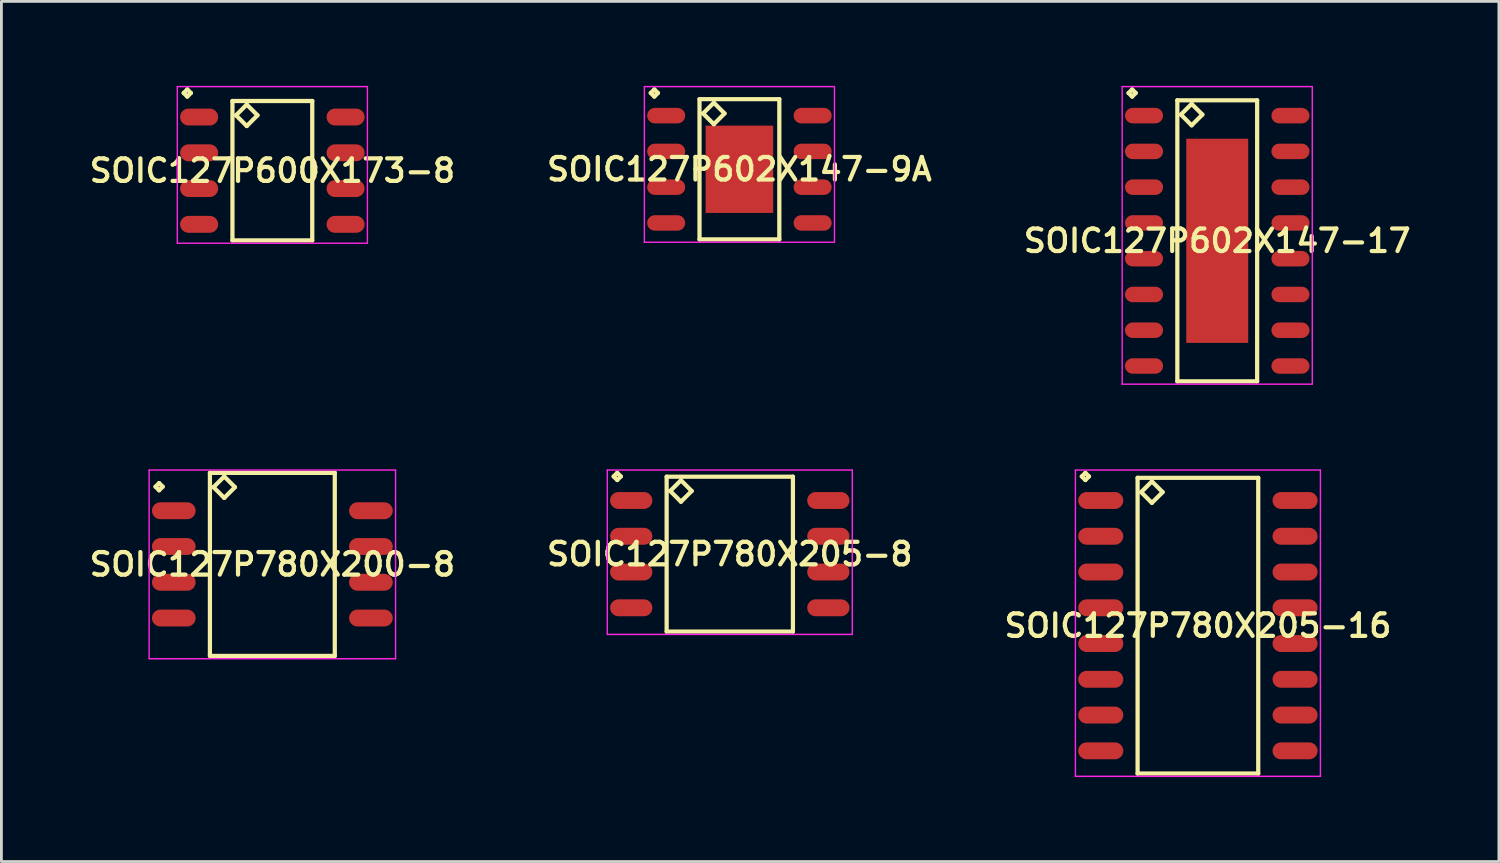
<source format=kicad_pcb>
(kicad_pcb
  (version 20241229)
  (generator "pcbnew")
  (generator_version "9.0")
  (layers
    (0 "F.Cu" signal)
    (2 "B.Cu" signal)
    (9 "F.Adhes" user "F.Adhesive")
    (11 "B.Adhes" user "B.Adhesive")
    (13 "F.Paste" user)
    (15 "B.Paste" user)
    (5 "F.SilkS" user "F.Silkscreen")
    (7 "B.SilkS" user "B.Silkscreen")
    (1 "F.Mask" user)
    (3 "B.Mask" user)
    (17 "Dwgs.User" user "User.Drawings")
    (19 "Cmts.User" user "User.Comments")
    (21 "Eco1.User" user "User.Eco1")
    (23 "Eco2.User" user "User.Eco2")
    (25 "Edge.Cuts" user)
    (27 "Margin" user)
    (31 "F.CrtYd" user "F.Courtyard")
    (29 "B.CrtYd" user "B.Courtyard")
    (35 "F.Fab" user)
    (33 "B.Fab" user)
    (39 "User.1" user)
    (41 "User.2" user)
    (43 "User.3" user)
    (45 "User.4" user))
  (footprint "SOIC127P780X200-8"
    (layer "F.Cu")
    (at 6.621 16.991)
    (property "Reference" "SOIC127P780X200-8" (at 0 0 0) (layer "F.SilkS") (effects (font (size 0.8 0.8) (thickness 0.15))))
    (attr smd)
    (fp_line (start -4.148 -2.759) (end -4.021 -2.886) (stroke (width 0.15) (type solid)) (layer "F.SilkS"))
    (fp_line (start -4.021 -2.886) (end -3.894 -2.759) (stroke (width 0.15) (type solid)) (layer "F.SilkS"))
    (fp_line (start -4.021 -2.632) (end -4.148 -2.759) (stroke (width 0.15) (type solid)) (layer "F.SilkS"))
    (fp_line (start -3.894 -2.759) (end -4.021 -2.632) (stroke (width 0.15) (type solid)) (layer "F.SilkS"))
    (fp_line (start -2.217 -3.25) (end -2.217 3.25) (stroke (width 0.15) (type solid)) (layer "F.SilkS"))
    (fp_line (start -2.217 3.25) (end 2.217 3.25) (stroke (width 0.15) (type solid)) (layer "F.SilkS"))
    (fp_line (start -2.09 -2.742) (end -1.709 -3.123) (stroke (width 0.15) (type solid)) (layer "F.SilkS"))
    (fp_line (start -1.709 -3.123) (end -1.328 -2.742) (stroke (width 0.15) (type solid)) (layer "F.SilkS"))
    (fp_line (start -1.709 -2.361) (end -2.09 -2.742) (stroke (width 0.15) (type solid)) (layer "F.SilkS"))
    (fp_line (start -1.328 -2.742) (end -1.709 -2.361) (stroke (width 0.15) (type solid)) (layer "F.SilkS"))
    (fp_line (start 2.217 -3.25) (end -2.217 -3.25) (stroke (width 0.15) (type solid)) (layer "F.SilkS"))
    (fp_line (start 2.217 3.25) (end 2.217 -3.25) (stroke (width 0.15) (type solid)) (layer "F.SilkS"))
    (fp_line (start -4.375 -3.35) (end 4.375 -3.35) (stroke (width 0.05) (type solid)) (layer "F.CrtYd"))
    (fp_line (start -4.375 3.35) (end -4.375 -3.35) (stroke (width 0.05) (type solid)) (layer "F.CrtYd"))
    (fp_line (start 4.375 -3.35) (end 4.375 3.35) (stroke (width 0.05) (type solid)) (layer "F.CrtYd"))
    (fp_line (start 4.375 3.35) (end -4.375 3.35) (stroke (width 0.05) (type solid)) (layer "F.CrtYd"))
    (pad "1" smd oval (at -3.5 -1.905) (size 1.55 0.6) (layers "F.Cu" "F.Mask" "F.Paste"))
    (pad "2" smd oval (at -3.5 -0.635) (size 1.55 0.6) (layers "F.Cu" "F.Mask" "F.Paste"))
    (pad "3" smd oval (at -3.5 0.635) (size 1.55 0.6) (layers "F.Cu" "F.Mask" "F.Paste"))
    (pad "4" smd oval (at -3.5 1.905) (size 1.55 0.6) (layers "F.Cu" "F.Mask" "F.Paste"))
    (pad "5" smd oval (at 3.5 1.905) (size 1.55 0.6) (layers "F.Cu" "F.Mask" "F.Paste"))
    (pad "6" smd oval (at 3.5 0.635) (size 1.55 0.6) (layers "F.Cu" "F.Mask" "F.Paste"))
    (pad "7" smd oval (at 3.5 -0.635) (size 1.55 0.6) (layers "F.Cu" "F.Mask" "F.Paste"))
    (pad "8" smd oval (at 3.5 -1.905) (size 1.55 0.6) (layers "F.Cu" "F.Mask" "F.Paste")))
  (footprint "SOIC127P780X205-8"
    (layer "F.Cu")
    (at 22.864 16.627)
    (property "Reference" "SOIC127P780X205-8" (at 0 0 0) (layer "F.SilkS") (effects (font (size 0.8 0.8) (thickness 0.15))))
    (attr smd)
    (fp_line (start -4.123 -2.759) (end -3.996 -2.886) (stroke (width 0.15) (type solid)) (layer "F.SilkS"))
    (fp_line (start -3.996 -2.886) (end -3.869 -2.759) (stroke (width 0.15) (type solid)) (layer "F.SilkS"))
    (fp_line (start -3.996 -2.632) (end -4.123 -2.759) (stroke (width 0.15) (type solid)) (layer "F.SilkS"))
    (fp_line (start -3.869 -2.759) (end -3.996 -2.632) (stroke (width 0.15) (type solid)) (layer "F.SilkS"))
    (fp_line (start -2.242 -2.75) (end -2.242 2.75) (stroke (width 0.15) (type solid)) (layer "F.SilkS"))
    (fp_line (start -2.242 2.75) (end 2.242 2.75) (stroke (width 0.15) (type solid)) (layer "F.SilkS"))
    (fp_line (start -2.115 -2.242) (end -1.734 -2.623) (stroke (width 0.15) (type solid)) (layer "F.SilkS"))
    (fp_line (start -1.734 -2.623) (end -1.353 -2.242) (stroke (width 0.15) (type solid)) (layer "F.SilkS"))
    (fp_line (start -1.734 -1.861) (end -2.115 -2.242) (stroke (width 0.15) (type solid)) (layer "F.SilkS"))
    (fp_line (start -1.353 -2.242) (end -1.734 -1.861) (stroke (width 0.15) (type solid)) (layer "F.SilkS"))
    (fp_line (start 2.242 -2.75) (end -2.242 -2.75) (stroke (width 0.15) (type solid)) (layer "F.SilkS"))
    (fp_line (start 2.242 2.75) (end 2.242 -2.75) (stroke (width 0.15) (type solid)) (layer "F.SilkS"))
    (fp_line (start -4.35 -2.986) (end 4.35 -2.986) (stroke (width 0.05) (type solid)) (layer "F.CrtYd"))
    (fp_line (start -4.35 2.85) (end -4.35 -2.986) (stroke (width 0.05) (type solid)) (layer "F.CrtYd"))
    (fp_line (start 4.35 -2.986) (end 4.35 2.85) (stroke (width 0.05) (type solid)) (layer "F.CrtYd"))
    (fp_line (start 4.35 2.85) (end -4.35 2.85) (stroke (width 0.05) (type solid)) (layer "F.CrtYd"))
    (pad "1" smd oval (at -3.5 -1.905) (size 1.5 0.6) (layers "F.Cu" "F.Mask" "F.Paste"))
    (pad "2" smd oval (at -3.5 -0.635) (size 1.5 0.6) (layers "F.Cu" "F.Mask" "F.Paste"))
    (pad "3" smd oval (at -3.5 0.635) (size 1.5 0.6) (layers "F.Cu" "F.Mask" "F.Paste"))
    (pad "4" smd oval (at -3.5 1.905) (size 1.5 0.6) (layers "F.Cu" "F.Mask" "F.Paste"))
    (pad "5" smd oval (at 3.5 1.905) (size 1.5 0.6) (layers "F.Cu" "F.Mask" "F.Paste"))
    (pad "6" smd oval (at 3.5 0.635) (size 1.5 0.6) (layers "F.Cu" "F.Mask" "F.Paste"))
    (pad "7" smd oval (at 3.5 -0.635) (size 1.5 0.6) (layers "F.Cu" "F.Mask" "F.Paste"))
    (pad "8" smd oval (at 3.5 -1.905) (size 1.5 0.6) (layers "F.Cu" "F.Mask" "F.Paste")))
  (footprint "SOIC127P602X147-9A"
    (layer "F.Cu")
    (at 23.206 2.961)
    (property "Reference" "SOIC127P602X147-9A" (at 0 0 0) (layer "F.SilkS") (effects (font (size 0.8 0.8) (thickness 0.15))))
    (attr smd)
    (fp_line (start -3.148 -2.709) (end -3.021 -2.836) (stroke (width 0.15) (type solid)) (layer "F.SilkS"))
    (fp_line (start -3.021 -2.836) (end -2.894 -2.709) (stroke (width 0.15) (type solid)) (layer "F.SilkS"))
    (fp_line (start -3.021 -2.582) (end -3.148 -2.709) (stroke (width 0.15) (type solid)) (layer "F.SilkS"))
    (fp_line (start -2.894 -2.709) (end -3.021 -2.582) (stroke (width 0.15) (type solid)) (layer "F.SilkS"))
    (fp_line (start -1.417 -2.49) (end -1.417 2.49) (stroke (width 0.15) (type solid)) (layer "F.SilkS"))
    (fp_line (start -1.417 2.49) (end 1.417 2.49) (stroke (width 0.15) (type solid)) (layer "F.SilkS"))
    (fp_line (start -1.29 -1.982) (end -0.909 -2.363) (stroke (width 0.15) (type solid)) (layer "F.SilkS"))
    (fp_line (start -0.909 -2.363) (end -0.528 -1.982) (stroke (width 0.15) (type solid)) (layer "F.SilkS"))
    (fp_line (start -0.909 -1.601) (end -1.29 -1.982) (stroke (width 0.15) (type solid)) (layer "F.SilkS"))
    (fp_line (start -0.528 -1.982) (end -0.909 -1.601) (stroke (width 0.15) (type solid)) (layer "F.SilkS"))
    (fp_line (start 1.417 -2.49) (end -1.417 -2.49) (stroke (width 0.15) (type solid)) (layer "F.SilkS"))
    (fp_line (start 1.417 2.49) (end 1.417 -2.49) (stroke (width 0.15) (type solid)) (layer "F.SilkS"))
    (fp_line (start -3.375 -2.936) (end 3.375 -2.936) (stroke (width 0.05) (type solid)) (layer "F.CrtYd"))
    (fp_line (start -3.375 2.59) (end -3.375 -2.936) (stroke (width 0.05) (type solid)) (layer "F.CrtYd"))
    (fp_line (start 3.375 -2.936) (end 3.375 2.59) (stroke (width 0.05) (type solid)) (layer "F.CrtYd"))
    (fp_line (start 3.375 2.59) (end -3.375 2.59) (stroke (width 0.05) (type solid)) (layer "F.CrtYd"))
    (pad "1" smd oval (at -2.6 -1.905) (size 1.35 0.55) (layers "F.Cu" "F.Mask" "F.Paste"))
    (pad "2" smd oval (at -2.6 -0.635) (size 1.35 0.55) (layers "F.Cu" "F.Mask" "F.Paste"))
    (pad "3" smd oval (at -2.6 0.635) (size 1.35 0.55) (layers "F.Cu" "F.Mask" "F.Paste"))
    (pad "4" smd oval (at -2.6 1.905) (size 1.35 0.55) (layers "F.Cu" "F.Mask" "F.Paste"))
    (pad "5" smd oval (at 2.6 1.905) (size 1.35 0.55) (layers "F.Cu" "F.Mask" "F.Paste"))
    (pad "6" smd oval (at 2.6 0.635) (size 1.35 0.55) (layers "F.Cu" "F.Mask" "F.Paste"))
    (pad "7" smd oval (at 2.6 -0.635) (size 1.35 0.55) (layers "F.Cu" "F.Mask" "F.Paste"))
    (pad "8" smd oval (at 2.6 -1.905) (size 1.35 0.55) (layers "F.Cu" "F.Mask" "F.Paste"))
    (pad "9" smd rect (at 0 0) (size 2.4 3.1) (layers "F.Cu" "F.Mask" "F.Paste")))
  (footprint "SOIC127P602X147-17"
    (layer "F.Cu")
    (at 40.173 5.501)
    (property "Reference" "SOIC127P602X147-17" (at 0 0 0) (layer "F.SilkS") (effects (font (size 0.8 0.8) (thickness 0.15))))
    (attr smd)
    (fp_line (start -3.148 -5.249) (end -3.021 -5.376) (stroke (width 0.15) (type solid)) (layer "F.SilkS"))
    (fp_line (start -3.021 -5.376) (end -2.894 -5.249) (stroke (width 0.15) (type solid)) (layer "F.SilkS"))
    (fp_line (start -3.021 -5.122) (end -3.148 -5.249) (stroke (width 0.15) (type solid)) (layer "F.SilkS"))
    (fp_line (start -2.894 -5.249) (end -3.021 -5.122) (stroke (width 0.15) (type solid)) (layer "F.SilkS"))
    (fp_line (start -1.417 -4.99) (end -1.417 4.99) (stroke (width 0.15) (type solid)) (layer "F.SilkS"))
    (fp_line (start -1.417 4.99) (end 1.417 4.99) (stroke (width 0.15) (type solid)) (layer "F.SilkS"))
    (fp_line (start -1.29 -4.482) (end -0.909 -4.863) (stroke (width 0.15) (type solid)) (layer "F.SilkS"))
    (fp_line (start -0.909 -4.863) (end -0.528 -4.482) (stroke (width 0.15) (type solid)) (layer "F.SilkS"))
    (fp_line (start -0.909 -4.101) (end -1.29 -4.482) (stroke (width 0.15) (type solid)) (layer "F.SilkS"))
    (fp_line (start -0.528 -4.482) (end -0.909 -4.101) (stroke (width 0.15) (type solid)) (layer "F.SilkS"))
    (fp_line (start 1.417 -4.99) (end -1.417 -4.99) (stroke (width 0.15) (type solid)) (layer "F.SilkS"))
    (fp_line (start 1.417 4.99) (end 1.417 -4.99) (stroke (width 0.15) (type solid)) (layer "F.SilkS"))
    (fp_line (start -3.375 -5.476) (end 3.375 -5.476) (stroke (width 0.05) (type solid)) (layer "F.CrtYd"))
    (fp_line (start -3.375 5.09) (end -3.375 -5.476) (stroke (width 0.05) (type solid)) (layer "F.CrtYd"))
    (fp_line (start 3.375 -5.476) (end 3.375 5.09) (stroke (width 0.05) (type solid)) (layer "F.CrtYd"))
    (fp_line (start 3.375 5.09) (end -3.375 5.09) (stroke (width 0.05) (type solid)) (layer "F.CrtYd"))
    (pad "1" smd oval (at -2.6 -4.445) (size 1.35 0.55) (layers "F.Cu" "F.Mask" "F.Paste"))
    (pad "2" smd oval (at -2.6 -3.175) (size 1.35 0.55) (layers "F.Cu" "F.Mask" "F.Paste"))
    (pad "3" smd oval (at -2.6 -1.905) (size 1.35 0.55) (layers "F.Cu" "F.Mask" "F.Paste"))
    (pad "4" smd oval (at -2.6 -0.635) (size 1.35 0.55) (layers "F.Cu" "F.Mask" "F.Paste"))
    (pad "5" smd oval (at -2.6 0.635) (size 1.35 0.55) (layers "F.Cu" "F.Mask" "F.Paste"))
    (pad "6" smd oval (at -2.6 1.905) (size 1.35 0.55) (layers "F.Cu" "F.Mask" "F.Paste"))
    (pad "7" smd oval (at -2.6 3.175) (size 1.35 0.55) (layers "F.Cu" "F.Mask" "F.Paste"))
    (pad "8" smd oval (at -2.6 4.445) (size 1.35 0.55) (layers "F.Cu" "F.Mask" "F.Paste"))
    (pad "9" smd oval (at 2.6 4.445) (size 1.35 0.55) (layers "F.Cu" "F.Mask" "F.Paste"))
    (pad "10" smd oval (at 2.6 3.175) (size 1.35 0.55) (layers "F.Cu" "F.Mask" "F.Paste"))
    (pad "11" smd oval (at 2.6 1.905) (size 1.35 0.55) (layers "F.Cu" "F.Mask" "F.Paste"))
    (pad "12" smd oval (at 2.6 0.635) (size 1.35 0.55) (layers "F.Cu" "F.Mask" "F.Paste"))
    (pad "13" smd oval (at 2.6 -0.635) (size 1.35 0.55) (layers "F.Cu" "F.Mask" "F.Paste"))
    (pad "14" smd oval (at 2.6 -1.905) (size 1.35 0.55) (layers "F.Cu" "F.Mask" "F.Paste"))
    (pad "15" smd oval (at 2.6 -3.175) (size 1.35 0.55) (layers "F.Cu" "F.Mask" "F.Paste"))
    (pad "16" smd oval (at 2.6 -4.445) (size 1.35 0.55) (layers "F.Cu" "F.Mask" "F.Paste"))
    (pad "17" smd rect (at 0 0) (size 2.2 7.25) (layers "F.Cu" "F.Mask" "F.Paste")))
  (footprint "SOIC127P600X173-8"
    (layer "F.Cu")
    (at 6.621 3.011)
    (property "Reference" "SOIC127P600X173-8" (at 0 0 0) (layer "F.SilkS") (effects (font (size 0.8 0.8) (thickness 0.15))))
    (attr smd)
    (fp_line (start -3.148 -2.759) (end -3.021 -2.886) (stroke (width 0.15) (type solid)) (layer "F.SilkS"))
    (fp_line (start -3.021 -2.886) (end -2.894 -2.759) (stroke (width 0.15) (type solid)) (layer "F.SilkS"))
    (fp_line (start -3.021 -2.632) (end -3.148 -2.759) (stroke (width 0.15) (type solid)) (layer "F.SilkS"))
    (fp_line (start -2.894 -2.759) (end -3.021 -2.632) (stroke (width 0.15) (type solid)) (layer "F.SilkS"))
    (fp_line (start -1.417 -2.475) (end -1.417 2.475) (stroke (width 0.15) (type solid)) (layer "F.SilkS"))
    (fp_line (start -1.417 2.475) (end 1.417 2.475) (stroke (width 0.15) (type solid)) (layer "F.SilkS"))
    (fp_line (start -1.29 -1.967) (end -0.909 -2.348) (stroke (width 0.15) (type solid)) (layer "F.SilkS"))
    (fp_line (start -0.909 -2.348) (end -0.528 -1.967) (stroke (width 0.15) (type solid)) (layer "F.SilkS"))
    (fp_line (start -0.909 -1.586) (end -1.29 -1.967) (stroke (width 0.15) (type solid)) (layer "F.SilkS"))
    (fp_line (start -0.528 -1.967) (end -0.909 -1.586) (stroke (width 0.15) (type solid)) (layer "F.SilkS"))
    (fp_line (start 1.417 -2.475) (end -1.417 -2.475) (stroke (width 0.15) (type solid)) (layer "F.SilkS"))
    (fp_line (start 1.417 2.475) (end 1.417 -2.475) (stroke (width 0.15) (type solid)) (layer "F.SilkS"))
    (fp_line (start -3.375 -2.986) (end 3.375 -2.986) (stroke (width 0.05) (type solid)) (layer "F.CrtYd"))
    (fp_line (start -3.375 2.575) (end -3.375 -2.986) (stroke (width 0.05) (type solid)) (layer "F.CrtYd"))
    (fp_line (start 3.375 -2.986) (end 3.375 2.575) (stroke (width 0.05) (type solid)) (layer "F.CrtYd"))
    (fp_line (start 3.375 2.575) (end -3.375 2.575) (stroke (width 0.05) (type solid)) (layer "F.CrtYd"))
    (pad "1" smd oval (at -2.6 -1.905) (size 1.35 0.6) (layers "F.Cu" "F.Mask" "F.Paste"))
    (pad "2" smd oval (at -2.6 -0.635) (size 1.35 0.6) (layers "F.Cu" "F.Mask" "F.Paste"))
    (pad "3" smd oval (at -2.6 0.635) (size 1.35 0.6) (layers "F.Cu" "F.Mask" "F.Paste"))
    (pad "4" smd oval (at -2.6 1.905) (size 1.35 0.6) (layers "F.Cu" "F.Mask" "F.Paste"))
    (pad "5" smd oval (at 2.6 1.905) (size 1.35 0.6) (layers "F.Cu" "F.Mask" "F.Paste"))
    (pad "6" smd oval (at 2.6 0.635) (size 1.35 0.6) (layers "F.Cu" "F.Mask" "F.Paste"))
    (pad "7" smd oval (at 2.6 -0.635) (size 1.35 0.6) (layers "F.Cu" "F.Mask" "F.Paste"))
    (pad "8" smd oval (at 2.6 -1.905) (size 1.35 0.6) (layers "F.Cu" "F.Mask" "F.Paste")))
  (footprint "SOIC127P780X205-16"
    (layer "F.Cu")
    (at 39.487 19.167)
    (property "Reference" "SOIC127P780X205-16" (at 0 0 0) (layer "F.SilkS") (effects (font (size 0.8 0.8) (thickness 0.15))))
    (attr smd)
    (fp_line (start -4.123 -5.299) (end -3.996 -5.426) (stroke (width 0.15) (type solid)) (layer "F.SilkS"))
    (fp_line (start -3.996 -5.426) (end -3.869 -5.299) (stroke (width 0.15) (type solid)) (layer "F.SilkS"))
    (fp_line (start -3.996 -5.172) (end -4.123 -5.299) (stroke (width 0.15) (type solid)) (layer "F.SilkS"))
    (fp_line (start -3.869 -5.299) (end -3.996 -5.172) (stroke (width 0.15) (type solid)) (layer "F.SilkS"))
    (fp_line (start -2.142 -5.25) (end -2.142 5.25) (stroke (width 0.15) (type solid)) (layer "F.SilkS"))
    (fp_line (start -2.142 5.25) (end 2.142 5.25) (stroke (width 0.15) (type solid)) (layer "F.SilkS"))
    (fp_line (start -2.015 -4.742) (end -1.634 -5.123) (stroke (width 0.15) (type solid)) (layer "F.SilkS"))
    (fp_line (start -1.634 -5.123) (end -1.253 -4.742) (stroke (width 0.15) (type solid)) (layer "F.SilkS"))
    (fp_line (start -1.634 -4.361) (end -2.015 -4.742) (stroke (width 0.15) (type solid)) (layer "F.SilkS"))
    (fp_line (start -1.253 -4.742) (end -1.634 -4.361) (stroke (width 0.15) (type solid)) (layer "F.SilkS"))
    (fp_line (start 2.142 -5.25) (end -2.142 -5.25) (stroke (width 0.15) (type solid)) (layer "F.SilkS"))
    (fp_line (start 2.142 5.25) (end 2.142 -5.25) (stroke (width 0.15) (type solid)) (layer "F.SilkS"))
    (fp_line (start -4.35 -5.526) (end 4.35 -5.526) (stroke (width 0.05) (type solid)) (layer "F.CrtYd"))
    (fp_line (start -4.35 5.35) (end -4.35 -5.526) (stroke (width 0.05) (type solid)) (layer "F.CrtYd"))
    (fp_line (start 4.35 -5.526) (end 4.35 5.35) (stroke (width 0.05) (type solid)) (layer "F.CrtYd"))
    (fp_line (start 4.35 5.35) (end -4.35 5.35) (stroke (width 0.05) (type solid)) (layer "F.CrtYd"))
    (pad "1" smd oval (at -3.45 -4.445) (size 1.6 0.6) (layers "F.Cu" "F.Mask" "F.Paste"))
    (pad "2" smd oval (at -3.45 -3.175) (size 1.6 0.6) (layers "F.Cu" "F.Mask" "F.Paste"))
    (pad "3" smd oval (at -3.45 -1.905) (size 1.6 0.6) (layers "F.Cu" "F.Mask" "F.Paste"))
    (pad "4" smd oval (at -3.45 -0.635) (size 1.6 0.6) (layers "F.Cu" "F.Mask" "F.Paste"))
    (pad "5" smd oval (at -3.45 0.635) (size 1.6 0.6) (layers "F.Cu" "F.Mask" "F.Paste"))
    (pad "6" smd oval (at -3.45 1.905) (size 1.6 0.6) (layers "F.Cu" "F.Mask" "F.Paste"))
    (pad "7" smd oval (at -3.45 3.175) (size 1.6 0.6) (layers "F.Cu" "F.Mask" "F.Paste"))
    (pad "8" smd oval (at -3.45 4.445) (size 1.6 0.6) (layers "F.Cu" "F.Mask" "F.Paste"))
    (pad "9" smd oval (at 3.45 4.445) (size 1.6 0.6) (layers "F.Cu" "F.Mask" "F.Paste"))
    (pad "10" smd oval (at 3.45 3.175) (size 1.6 0.6) (layers "F.Cu" "F.Mask" "F.Paste"))
    (pad "11" smd oval (at 3.45 1.905) (size 1.6 0.6) (layers "F.Cu" "F.Mask" "F.Paste"))
    (pad "12" smd oval (at 3.45 0.635) (size 1.6 0.6) (layers "F.Cu" "F.Mask" "F.Paste"))
    (pad "13" smd oval (at 3.45 -0.635) (size 1.6 0.6) (layers "F.Cu" "F.Mask" "F.Paste"))
    (pad "14" smd oval (at 3.45 -1.905) (size 1.6 0.6) (layers "F.Cu" "F.Mask" "F.Paste"))
    (pad "15" smd oval (at 3.45 -3.175) (size 1.6 0.6) (layers "F.Cu" "F.Mask" "F.Paste"))
    (pad "16" smd oval (at 3.45 -4.445) (size 1.6 0.6) (layers "F.Cu" "F.Mask" "F.Paste")))
  (gr_rect
    (start -3 -3)
    (end 50.175 27.542)
    (stroke (width 0.1) (type default))
    (fill no)
    (layer "Edge.Cuts")))
</source>
